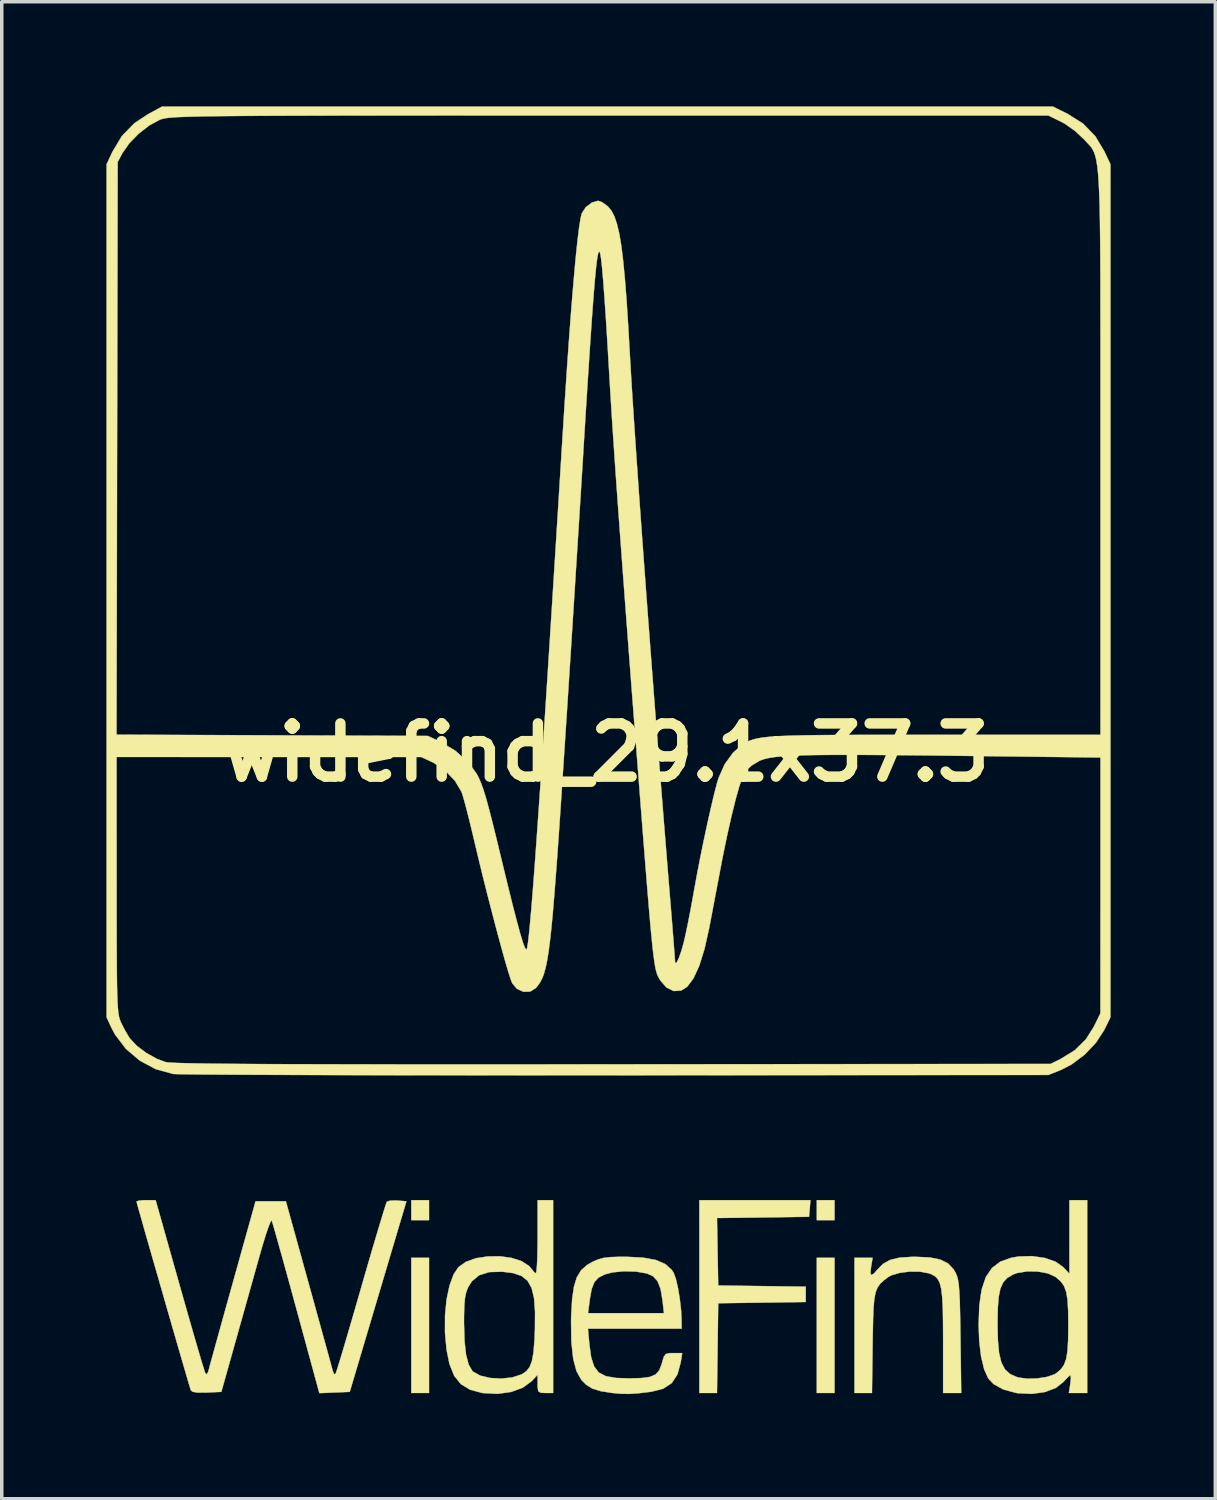
<source format=kicad_pcb>
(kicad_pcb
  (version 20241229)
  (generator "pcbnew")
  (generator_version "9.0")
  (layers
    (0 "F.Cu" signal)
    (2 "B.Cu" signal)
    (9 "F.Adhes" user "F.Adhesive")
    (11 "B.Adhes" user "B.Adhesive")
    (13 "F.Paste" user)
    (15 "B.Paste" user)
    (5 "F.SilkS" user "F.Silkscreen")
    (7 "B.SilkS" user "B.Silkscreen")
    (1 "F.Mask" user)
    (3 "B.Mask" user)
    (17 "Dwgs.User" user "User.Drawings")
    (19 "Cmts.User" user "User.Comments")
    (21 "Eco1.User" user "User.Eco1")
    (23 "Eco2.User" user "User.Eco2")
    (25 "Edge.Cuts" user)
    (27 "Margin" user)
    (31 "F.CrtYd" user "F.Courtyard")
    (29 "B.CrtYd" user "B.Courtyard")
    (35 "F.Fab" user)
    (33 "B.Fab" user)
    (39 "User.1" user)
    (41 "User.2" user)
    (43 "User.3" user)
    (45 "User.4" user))
  (footprint "widefind_29.1x37.3"
    (layer "F.Cu")
    (at 14.324 18.515)
    (property "Reference" "widefind_29.1x37.3" (at 0 0 0) (layer "F.SilkS") (effects (font (size 1.524 1.524) (thickness 0.3))))
    (attr through_hole)
    (fp_poly (pts (xy -5.08 13.399) (xy -5.588 13.399) (xy -5.588 12.827) (xy -5.08 12.827) (xy -5.08 13.399)) (stroke (width 0.01) (type solid)) (fill yes) (layer "F.SilkS"))
    (fp_poly (pts (xy -5.08 18.352) (xy -5.588 18.352) (xy -5.588 14.478) (xy -5.08 14.478) (xy -5.08 18.352)) (stroke (width 0.01) (type solid)) (fill yes) (layer "F.SilkS"))
    (fp_poly (pts (xy 6.54 13.399) (xy 6.032 13.399) (xy 6.032 12.827) (xy 6.54 12.827) (xy 6.54 13.399)) (stroke (width 0.01) (type solid)) (fill yes) (layer "F.SilkS"))
    (fp_poly (pts (xy 6.54 18.352) (xy 6.032 18.352) (xy 6.032 14.478) (xy 6.54 14.478) (xy 6.54 18.352)) (stroke (width 0.01) (type solid)) (fill yes) (layer "F.SilkS"))
    (fp_poly (pts (xy 5.81 13.303) (xy 3.172 13.338) (xy 3.207 15.272) (xy 5.715 15.306) (xy 5.715 15.745) (xy 4.461 15.763) (xy 3.207 15.78) (xy 3.172 18.352) (xy 2.667 18.352) (xy 2.667 12.827) (xy 5.85 12.827) (xy 5.81 13.303)) (stroke (width 0.01) (type solid)) (fill yes) (layer "F.SilkS"))
    (fp_poly (pts (xy 9.266 14.468) (xy 9.571 14.529) (xy 9.794 14.64) (xy 9.953 14.809) (xy 10.012 14.912) (xy 10.049 14.998) (xy 10.077 15.105) (xy 10.1 15.249) (xy 10.116 15.446) (xy 10.129 15.712) (xy 10.138 16.066) (xy 10.146 16.523) (xy 10.149 16.748) (xy 10.17 18.352) (xy 9.652 18.352) (xy 9.652 16.889) (xy 9.65 16.356) (xy 9.643 15.935) (xy 9.626 15.611) (xy 9.598 15.371) (xy 9.555 15.199) (xy 9.494 15.081) (xy 9.412 15.001) (xy 9.305 14.946) (xy 9.236 14.921) (xy 8.988 14.875) (xy 8.695 14.873) (xy 8.405 14.91) (xy 8.166 14.981) (xy 8.075 15.032) (xy 7.945 15.133) (xy 7.844 15.228) (xy 7.77 15.335) (xy 7.716 15.472) (xy 7.681 15.656) (xy 7.658 15.906) (xy 7.645 16.238) (xy 7.636 16.671) (xy 7.632 16.927) (xy 7.613 18.352) (xy 7.112 18.352) (xy 7.112 14.478) (xy 7.631 14.478) (xy 7.588 14.732) (xy 7.569 14.913) (xy 7.597 14.976) (xy 7.675 14.924) (xy 7.759 14.826) (xy 7.928 14.653) (xy 8.131 14.54) (xy 8.395 14.475) (xy 8.748 14.451) (xy 8.858 14.45) (xy 9.266 14.468)) (stroke (width 0.01) (type solid)) (fill yes) (layer "F.SilkS"))
    (fp_poly (pts (xy 13.78 18.352) (xy 13.255 18.352) (xy 13.296 18.098) (xy 13.313 17.94) (xy 13.307 17.851) (xy 13.3 17.843) (xy 13.239 17.887) (xy 13.135 17.996) (xy 13.107 18.03) (xy 12.881 18.207) (xy 12.568 18.325) (xy 12.196 18.377) (xy 11.792 18.358) (xy 11.741 18.35) (xy 11.375 18.251) (xy 11.094 18.094) (xy 10.945 17.935) (xy 10.829 17.678) (xy 10.741 17.317) (xy 10.687 16.873) (xy 10.669 16.402) (xy 10.671 16.351) (xy 11.211 16.351) (xy 11.221 16.832) (xy 11.255 17.202) (xy 11.321 17.478) (xy 11.424 17.675) (xy 11.57 17.809) (xy 11.766 17.895) (xy 11.824 17.911) (xy 12.07 17.943) (xy 12.354 17.934) (xy 12.627 17.891) (xy 12.84 17.819) (xy 12.89 17.789) (xy 13.02 17.679) (xy 13.114 17.55) (xy 13.177 17.383) (xy 13.215 17.154) (xy 13.234 16.843) (xy 13.24 16.426) (xy 13.24 16.415) (xy 13.235 15.998) (xy 13.217 15.686) (xy 13.179 15.456) (xy 13.116 15.286) (xy 13.022 15.155) (xy 12.892 15.04) (xy 12.874 15.026) (xy 12.657 14.926) (xy 12.368 14.872) (xy 12.057 14.867) (xy 11.771 14.914) (xy 11.653 14.958) (xy 11.492 15.054) (xy 11.375 15.18) (xy 11.294 15.355) (xy 11.244 15.599) (xy 11.218 15.932) (xy 11.211 16.351) (xy 10.671 16.351) (xy 10.689 15.839) (xy 10.756 15.386) (xy 10.874 15.033) (xy 11.051 14.771) (xy 11.291 14.589) (xy 11.601 14.478) (xy 11.816 14.441) (xy 12.201 14.43) (xy 12.563 14.482) (xy 12.872 14.589) (xy 13.092 14.744) (xy 13.094 14.746) (xy 13.271 14.936) (xy 13.271 12.827) (xy 13.78 12.827) (xy 13.78 18.352)) (stroke (width 0.01) (type solid)) (fill yes) (layer "F.SilkS"))
    (fp_poly (pts (xy -1.524 18.352) (xy -1.746 18.352) (xy -1.887 18.344) (xy -1.951 18.298) (xy -1.968 18.177) (xy -1.968 18.091) (xy -1.968 17.83) (xy -2.143 18.017) (xy -2.394 18.201) (xy -2.73 18.323) (xy -3.121 18.377) (xy -3.537 18.354) (xy -3.568 18.349) (xy -3.909 18.256) (xy -4.169 18.097) (xy -4.361 17.857) (xy -4.495 17.521) (xy -4.579 17.105) (xy -4.623 16.616) (xy -4.622 16.34) (xy -4.078 16.34) (xy -4.063 16.854) (xy -4.02 17.25) (xy -3.946 17.536) (xy -3.84 17.719) (xy -3.816 17.742) (xy -3.612 17.855) (xy -3.33 17.922) (xy -3.011 17.94) (xy -2.698 17.907) (xy -2.432 17.821) (xy -2.42 17.815) (xy -2.292 17.729) (xy -2.197 17.61) (xy -2.131 17.438) (xy -2.087 17.193) (xy -2.059 16.856) (xy -2.045 16.52) (xy -2.042 16.021) (xy -2.071 15.633) (xy -2.14 15.343) (xy -2.257 15.136) (xy -2.43 14.998) (xy -2.667 14.917) (xy -2.975 14.878) (xy -2.981 14.877) (xy -3.356 14.888) (xy -3.642 14.977) (xy -3.852 15.151) (xy -3.96 15.323) (xy -4.013 15.457) (xy -4.048 15.619) (xy -4.068 15.837) (xy -4.077 16.14) (xy -4.078 16.34) (xy -4.622 16.34) (xy -4.622 16.133) (xy -4.578 15.678) (xy -4.494 15.278) (xy -4.376 14.954) (xy -4.239 14.748) (xy -4.024 14.594) (xy -3.734 14.491) (xy -3.399 14.439) (xy -3.049 14.435) (xy -2.715 14.481) (xy -2.425 14.575) (xy -2.209 14.716) (xy -2.143 14.797) (xy -2.063 14.895) (xy -2.017 14.922) (xy -2.001 14.862) (xy -1.987 14.696) (xy -1.976 14.445) (xy -1.97 14.13) (xy -1.968 13.875) (xy -1.968 12.827) (xy -1.524 12.827) (xy -1.524 18.352)) (stroke (width 0.01) (type solid)) (fill yes) (layer "F.SilkS"))
    (fp_poly (pts (xy 1.051 14.473) (xy 1.422 14.541) (xy 1.695 14.66) (xy 1.88 14.83) (xy 1.934 14.917) (xy 1.997 15.094) (xy 2.057 15.359) (xy 2.108 15.672) (xy 2.144 15.995) (xy 2.157 16.272) (xy 2.159 16.51) (xy -0.526 16.51) (xy -0.484 16.965) (xy -0.434 17.328) (xy -0.351 17.589) (xy -0.217 17.765) (xy -0.012 17.871) (xy 0.282 17.922) (xy 0.667 17.934) (xy 1.012 17.924) (xy 1.254 17.89) (xy 1.414 17.82) (xy 1.517 17.705) (xy 1.584 17.533) (xy 1.595 17.492) (xy 1.645 17.319) (xy 1.705 17.236) (xy 1.813 17.21) (xy 1.921 17.209) (xy 2.175 17.209) (xy 2.134 17.469) (xy 2.04 17.818) (xy 1.878 18.066) (xy 1.633 18.228) (xy 1.291 18.316) (xy 1.261 18.32) (xy 0.921 18.36) (xy 0.659 18.378) (xy 0.426 18.375) (xy 0.176 18.352) (xy 0.159 18.35) (xy -0.168 18.298) (xy -0.402 18.225) (xy -0.579 18.115) (xy -0.714 17.978) (xy -0.852 17.732) (xy -0.948 17.374) (xy -1 16.9) (xy -1.01 16.31) (xy -1.006 16.125) (xy -1.002 16.066) (xy -0.523 16.066) (xy 1.652 16.066) (xy 1.611 15.7) (xy 1.556 15.372) (xy 1.468 15.147) (xy 1.336 15.004) (xy 1.159 14.926) (xy 0.85 14.873) (xy 0.502 14.864) (xy 0.172 14.897) (xy -0.054 14.958) (xy -0.226 15.049) (xy -0.343 15.177) (xy -0.419 15.371) (xy -0.472 15.659) (xy -0.478 15.707) (xy -0.523 16.066) (xy -1.002 16.066) (xy -0.979 15.663) (xy -0.928 15.307) (xy -0.846 15.039) (xy -0.724 14.838) (xy -0.556 14.687) (xy -0.393 14.593) (xy -0.235 14.524) (xy -0.076 14.481) (xy 0.119 14.458) (xy 0.387 14.449) (xy 0.572 14.449) (xy 1.051 14.473)) (stroke (width 0.01) (type solid)) (fill yes) (layer "F.SilkS"))
    (fp_poly (pts (xy -12.229 15.256) (xy -12.077 15.792) (xy -11.934 16.292) (xy -11.805 16.742) (xy -11.692 17.128) (xy -11.601 17.437) (xy -11.534 17.655) (xy -11.497 17.768) (xy -11.492 17.779) (xy -11.449 17.817) (xy -11.409 17.745) (xy -11.392 17.684) (xy -11.365 17.581) (xy -11.307 17.371) (xy -11.224 17.068) (xy -11.118 16.687) (xy -10.995 16.242) (xy -10.858 15.75) (xy -10.711 15.224) (xy -10.698 15.177) (xy -10.051 12.859) (xy -9.182 12.859) (xy -8.533 15.2) (xy -8.386 15.73) (xy -8.249 16.227) (xy -8.125 16.676) (xy -8.018 17.062) (xy -7.933 17.371) (xy -7.874 17.59) (xy -7.844 17.702) (xy -7.842 17.708) (xy -7.804 17.813) (xy -7.764 17.803) (xy -7.75 17.779) (xy -7.722 17.699) (xy -7.663 17.51) (xy -7.577 17.227) (xy -7.469 16.863) (xy -7.343 16.432) (xy -7.202 15.948) (xy -7.051 15.424) (xy -7.016 15.303) (xy -6.864 14.775) (xy -6.721 14.285) (xy -6.591 13.846) (xy -6.479 13.473) (xy -6.389 13.177) (xy -6.325 12.974) (xy -6.29 12.877) (xy -6.286 12.871) (xy -6.199 12.842) (xy -6.038 12.836) (xy -5.984 12.839) (xy -5.728 12.859) (xy -6.54 15.589) (xy -7.352 18.32) (xy -8.223 18.356) (xy -8.885 15.925) (xy -9.031 15.389) (xy -9.169 14.889) (xy -9.293 14.44) (xy -9.401 14.055) (xy -9.488 13.747) (xy -9.55 13.531) (xy -9.585 13.42) (xy -9.589 13.41) (xy -9.618 13.44) (xy -9.674 13.576) (xy -9.751 13.799) (xy -9.842 14.093) (xy -9.938 14.426) (xy -10.054 14.84) (xy -10.193 15.335) (xy -10.343 15.871) (xy -10.494 16.407) (xy -10.633 16.902) (xy -10.639 16.923) (xy -11.031 18.32) (xy -11.454 18.339) (xy -11.708 18.341) (xy -11.853 18.318) (xy -11.905 18.275) (xy -11.933 18.187) (xy -11.99 17.994) (xy -12.072 17.713) (xy -12.175 17.359) (xy -12.295 16.946) (xy -12.427 16.489) (xy -12.567 16.005) (xy -12.71 15.507) (xy -12.852 15.011) (xy -12.99 14.533) (xy -13.118 14.086) (xy -13.232 13.687) (xy -13.327 13.35) (xy -13.401 13.091) (xy -13.447 12.924) (xy -13.462 12.866) (xy -13.405 12.842) (xy -13.263 12.828) (xy -13.188 12.827) (xy -12.914 12.827) (xy -12.229 15.256)) (stroke (width 0.01) (type solid)) (fill yes) (layer "F.SilkS"))
    (fp_poly (pts (xy 13.218 -18.303) (xy 13.662 -18.023) (xy 14.014 -17.66) (xy 14.279 -17.216) (xy 14.446 -16.859) (xy 14.446 7.588) (xy 14.269 7.95) (xy 14.033 8.313) (xy 13.71 8.654) (xy 13.337 8.935) (xy 13.033 9.092) (xy 12.668 9.239) (xy 0.286 9.248) (xy -0.963 9.248) (xy -2.181 9.249) (xy -3.361 9.248) (xy -4.498 9.247) (xy -5.583 9.246) (xy -6.613 9.245) (xy -7.579 9.243) (xy -8.476 9.24) (xy -9.298 9.237) (xy -10.038 9.234) (xy -10.689 9.231) (xy -11.247 9.227) (xy -11.703 9.223) (xy -12.053 9.219) (xy -12.29 9.215) (xy -12.406 9.21) (xy -12.414 9.209) (xy -12.911 9.073) (xy -13.369 8.828) (xy -13.765 8.492) (xy -14.078 8.08) (xy -14.178 7.892) (xy -14.319 7.588) (xy -14.319 0.127) (xy -14.034 0.127) (xy -14.032 3.794) (xy -14.032 4.571) (xy -14.031 5.23) (xy -14.029 5.784) (xy -14.026 6.242) (xy -14.022 6.614) (xy -14.015 6.912) (xy -14.007 7.144) (xy -13.996 7.323) (xy -13.982 7.457) (xy -13.966 7.558) (xy -13.945 7.636) (xy -13.921 7.702) (xy -13.906 7.736) (xy -13.798 7.95) (xy -13.681 8.149) (xy -13.649 8.196) (xy -13.453 8.404) (xy -13.18 8.609) (xy -12.878 8.777) (xy -12.637 8.868) (xy -12.574 8.878) (xy -12.457 8.887) (xy -12.282 8.895) (xy -12.045 8.902) (xy -11.74 8.908) (xy -11.364 8.914) (xy -10.912 8.919) (xy -10.38 8.923) (xy -9.765 8.927) (xy -9.06 8.93) (xy -8.263 8.932) (xy -7.369 8.934) (xy -6.373 8.935) (xy -5.272 8.936) (xy -4.061 8.936) (xy -2.735 8.936) (xy -1.291 8.935) (xy 0.191 8.934) (xy 12.732 8.922) (xy 13.018 8.781) (xy 13.429 8.528) (xy 13.743 8.218) (xy 13.966 7.863) (xy 14.16 7.473) (xy 14.161 3.807) (xy 14.161 0.142) (xy 10.239 0.095) (xy 9.266 0.083) (xy 8.412 0.075) (xy 7.668 0.069) (xy 7.025 0.066) (xy 6.476 0.067) (xy 6.012 0.071) (xy 5.624 0.079) (xy 5.305 0.091) (xy 5.045 0.107) (xy 4.837 0.128) (xy 4.671 0.153) (xy 4.54 0.183) (xy 4.435 0.218) (xy 4.371 0.247) (xy 4.179 0.363) (xy 4.022 0.494) (xy 3.982 0.54) (xy 3.905 0.696) (xy 3.812 0.967) (xy 3.706 1.342) (xy 3.59 1.81) (xy 3.466 2.36) (xy 3.338 2.981) (xy 3.27 3.334) (xy 3.191 3.75) (xy 3.113 4.16) (xy 3.042 4.535) (xy 2.984 4.842) (xy 2.948 5.031) (xy 2.814 5.629) (xy 2.664 6.11) (xy 2.498 6.472) (xy 2.318 6.711) (xy 2.152 6.818) (xy 1.932 6.834) (xy 1.723 6.732) (xy 1.543 6.524) (xy 1.482 6.413) (xy 1.455 6.349) (xy 1.43 6.268) (xy 1.405 6.161) (xy 1.381 6.019) (xy 1.355 5.833) (xy 1.327 5.594) (xy 1.296 5.293) (xy 1.261 4.921) (xy 1.222 4.468) (xy 1.177 3.926) (xy 1.125 3.286) (xy 1.066 2.539) (xy 0.998 1.675) (xy 0.989 1.556) (xy 0.864 -0.057) (xy 0.748 -1.547) (xy 0.643 -2.92) (xy 0.548 -4.179) (xy 0.462 -5.331) (xy 0.385 -6.378) (xy 0.316 -7.327) (xy 0.256 -8.18) (xy 0.204 -8.943) (xy 0.159 -9.62) (xy 0.122 -10.217) (xy 0.097 -10.636) (xy 0.045 -11.526) (xy -0.002 -12.291) (xy -0.045 -12.932) (xy -0.083 -13.452) (xy -0.117 -13.851) (xy -0.147 -14.133) (xy -0.173 -14.298) (xy -0.187 -14.342) (xy -0.207 -14.355) (xy -0.227 -14.32) (xy -0.249 -14.231) (xy -0.272 -14.08) (xy -0.297 -13.863) (xy -0.325 -13.572) (xy -0.356 -13.201) (xy -0.391 -12.744) (xy -0.43 -12.194) (xy -0.474 -11.546) (xy -0.523 -10.793) (xy -0.578 -9.929) (xy -0.639 -8.947) (xy -0.669 -8.445) (xy -0.719 -7.641) (xy -0.775 -6.74) (xy -0.836 -5.773) (xy -0.899 -4.768) (xy -0.963 -3.757) (xy -1.026 -2.769) (xy -1.086 -1.834) (xy -1.141 -0.982) (xy -1.145 -0.921) (xy -1.218 0.191) (xy -1.283 1.184) (xy -1.342 2.064) (xy -1.396 2.84) (xy -1.446 3.518) (xy -1.492 4.106) (xy -1.534 4.611) (xy -1.575 5.041) (xy -1.615 5.402) (xy -1.654 5.702) (xy -1.694 5.949) (xy -1.735 6.149) (xy -1.778 6.311) (xy -1.824 6.44) (xy -1.874 6.546) (xy -1.929 6.634) (xy -1.989 6.712) (xy -2.018 6.747) (xy -2.182 6.85) (xy -2.376 6.855) (xy -2.562 6.769) (xy -2.696 6.61) (xy -2.744 6.485) (xy -2.817 6.254) (xy -2.911 5.933) (xy -3.021 5.537) (xy -3.143 5.084) (xy -3.273 4.589) (xy -3.407 4.071) (xy -3.539 3.544) (xy -3.666 3.025) (xy -3.776 2.56) (xy -3.869 2.169) (xy -3.958 1.807) (xy -4.039 1.497) (xy -4.104 1.264) (xy -4.147 1.13) (xy -4.149 1.126) (xy -4.339 0.807) (xy -4.616 0.518) (xy -4.939 0.298) (xy -4.984 0.276) (xy -5.302 0.128) (xy -14.034 0.127) (xy -14.319 0.127) (xy -14.319 -0.512) (xy -14.035 -0.512) (xy -9.574 -0.494) (xy -5.112 -0.476) (xy -4.755 -0.309) (xy -4.325 -0.052) (xy -3.961 0.275) (xy -3.722 0.597) (xy -3.655 0.721) (xy -3.591 0.87) (xy -3.523 1.057) (xy -3.449 1.297) (xy -3.364 1.605) (xy -3.264 1.994) (xy -3.144 2.48) (xy -3.015 3.016) (xy -2.842 3.73) (xy -2.695 4.324) (xy -2.572 4.802) (xy -2.472 5.169) (xy -2.394 5.43) (xy -2.335 5.588) (xy -2.296 5.649) (xy -2.283 5.642) (xy -2.263 5.568) (xy -2.239 5.409) (xy -2.211 5.161) (xy -2.179 4.823) (xy -2.141 4.391) (xy -2.099 3.863) (xy -2.051 3.236) (xy -1.999 2.508) (xy -1.94 1.676) (xy -1.876 0.737) (xy -1.807 -0.31) (xy -1.731 -1.469) (xy -1.649 -2.742) (xy -1.561 -4.132) (xy -1.466 -5.642) (xy -1.364 -7.273) (xy -1.27 -8.795) (xy -1.197 -9.95) (xy -1.127 -11.005) (xy -1.06 -11.956) (xy -0.996 -12.801) (xy -0.935 -13.537) (xy -0.879 -14.16) (xy -0.826 -14.668) (xy -0.778 -15.057) (xy -0.734 -15.325) (xy -0.7 -15.457) (xy -0.586 -15.629) (xy -0.412 -15.761) (xy -0.235 -15.812) (xy -0.116 -15.769) (xy 0.029 -15.663) (xy 0.06 -15.634) (xy 0.152 -15.518) (xy 0.234 -15.359) (xy 0.306 -15.147) (xy 0.371 -14.873) (xy 0.429 -14.528) (xy 0.482 -14.102) (xy 0.532 -13.585) (xy 0.58 -12.969) (xy 0.627 -12.243) (xy 0.668 -11.525) (xy 0.703 -10.914) (xy 0.748 -10.188) (xy 0.803 -9.355) (xy 0.866 -8.428) (xy 0.936 -7.417) (xy 1.014 -6.332) (xy 1.098 -5.184) (xy 1.187 -3.983) (xy 1.281 -2.741) (xy 1.378 -1.467) (xy 1.479 -0.172) (xy 1.582 1.134) (xy 1.686 2.439) (xy 1.791 3.733) (xy 1.811 3.978) (xy 1.851 4.461) (xy 1.887 4.904) (xy 1.917 5.292) (xy 1.942 5.608) (xy 1.959 5.836) (xy 1.968 5.96) (xy 1.968 5.975) (xy 1.984 6.042) (xy 2.025 6.003) (xy 2.084 5.876) (xy 2.153 5.678) (xy 2.215 5.459) (xy 2.27 5.222) (xy 2.338 4.897) (xy 2.411 4.522) (xy 2.483 4.134) (xy 2.505 4.007) (xy 2.591 3.534) (xy 2.688 3.03) (xy 2.792 2.52) (xy 2.898 2.026) (xy 3 1.571) (xy 3.093 1.18) (xy 3.173 0.875) (xy 3.216 0.73) (xy 3.393 0.333) (xy 3.634 0.002) (xy 3.851 -0.188) (xy 3.937 -0.246) (xy 4.02 -0.297) (xy 4.11 -0.34) (xy 4.215 -0.377) (xy 4.343 -0.408) (xy 4.505 -0.434) (xy 4.709 -0.455) (xy 4.963 -0.472) (xy 5.278 -0.484) (xy 5.661 -0.494) (xy 6.122 -0.5) (xy 6.67 -0.504) (xy 7.313 -0.507) (xy 8.061 -0.508) (xy 8.923 -0.508) (xy 9.408 -0.508) (xy 14.161 -0.508) (xy 14.161 -8.593) (xy 14.161 -9.8) (xy 14.161 -10.887) (xy 14.161 -11.86) (xy 14.16 -12.726) (xy 14.159 -13.492) (xy 14.156 -14.164) (xy 14.151 -14.749) (xy 14.145 -15.254) (xy 14.136 -15.685) (xy 14.124 -16.05) (xy 14.109 -16.354) (xy 14.091 -16.605) (xy 14.068 -16.808) (xy 14.042 -16.972) (xy 14.011 -17.101) (xy 13.975 -17.204) (xy 13.934 -17.287) (xy 13.887 -17.356) (xy 13.834 -17.419) (xy 13.775 -17.481) (xy 13.709 -17.55) (xy 13.675 -17.586) (xy 13.429 -17.815) (xy 13.144 -18.016) (xy 13.03 -18.078) (xy 12.668 -18.256) (xy 0.095 -18.256) (xy -1.391 -18.256) (xy -2.755 -18.256) (xy -4.004 -18.256) (xy -5.141 -18.255) (xy -6.172 -18.255) (xy -7.103 -18.254) (xy -7.94 -18.253) (xy -8.686 -18.251) (xy -9.349 -18.249) (xy -9.932 -18.246) (xy -10.442 -18.243) (xy -10.884 -18.239) (xy -11.263 -18.235) (xy -11.584 -18.23) (xy -11.853 -18.224) (xy -12.075 -18.217) (xy -12.255 -18.21) (xy -12.4 -18.202) (xy -12.513 -18.192) (xy -12.601 -18.182) (xy -12.669 -18.171) (xy -12.722 -18.158) (xy -12.765 -18.145) (xy -12.793 -18.134) (xy -13.091 -17.975) (xy -13.398 -17.737) (xy -13.67 -17.458) (xy -13.865 -17.178) (xy -14.002 -16.923) (xy -14.019 -8.717) (xy -14.035 -0.512) (xy -14.319 -0.512) (xy -14.319 -16.859) (xy -14.152 -17.216) (xy -13.88 -17.669) (xy -13.524 -18.034) (xy -13.13 -18.294) (xy -12.732 -18.51) (xy 12.798 -18.51) (xy 13.218 -18.303)) (stroke (width 0.01) (type solid)) (fill yes) (layer "F.SilkS")))
  (gr_rect
    (start -3 -3)
    (end 31.776 39.898)
    (stroke (width 0.1) (type default))
    (fill no)
    (layer "Edge.Cuts")))
</source>
